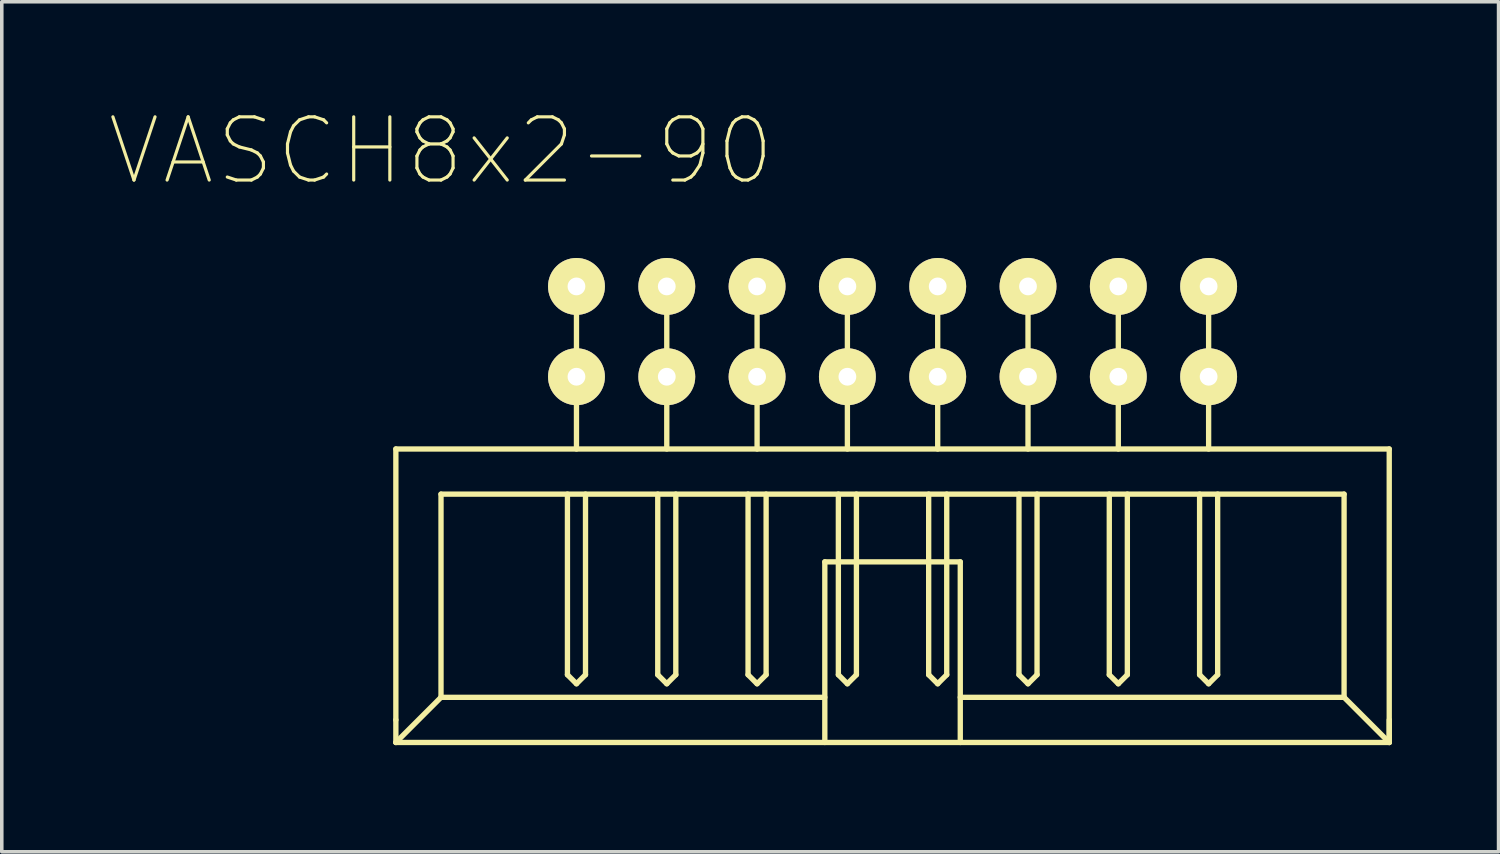
<source format=kicad_pcb>
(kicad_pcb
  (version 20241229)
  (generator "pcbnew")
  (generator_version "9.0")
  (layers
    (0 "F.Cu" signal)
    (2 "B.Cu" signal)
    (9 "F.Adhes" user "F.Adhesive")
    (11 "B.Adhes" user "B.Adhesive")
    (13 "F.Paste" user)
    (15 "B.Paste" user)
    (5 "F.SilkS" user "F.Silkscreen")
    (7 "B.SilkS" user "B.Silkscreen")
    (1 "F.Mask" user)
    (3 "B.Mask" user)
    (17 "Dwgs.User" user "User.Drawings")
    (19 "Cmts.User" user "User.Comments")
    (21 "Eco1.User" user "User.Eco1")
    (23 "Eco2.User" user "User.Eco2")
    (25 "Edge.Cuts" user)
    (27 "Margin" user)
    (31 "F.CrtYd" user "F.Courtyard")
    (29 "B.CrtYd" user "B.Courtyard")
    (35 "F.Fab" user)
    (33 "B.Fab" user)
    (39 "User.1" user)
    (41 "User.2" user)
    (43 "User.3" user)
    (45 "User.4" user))
  (footprint "VASCH8x2-90"
    (layer "F.Cu")
    (at 22.054 6.276)
    (property "Reference" "VASCH8x2-90" (at -12.7 -5.08 0) (layer "F.SilkS") (effects (font (size 1.778 1.778) (thickness 0.089))))
    (attr exclude_from_pos_files exclude_from_bom)
    (fp_line (start -13.97 3.302) (end -13.97 10.922) (stroke (width 0.15) (type solid)) (layer "F.SilkS"))
    (fp_line (start -13.97 3.302) (end 13.97 3.302) (stroke (width 0.15) (type solid)) (layer "F.SilkS"))
    (fp_line (start -13.97 10.922) (end -13.97 11.557) (stroke (width 0.15) (type solid)) (layer "F.SilkS"))
    (fp_line (start -12.7 4.572) (end 12.7 4.572) (stroke (width 0.15) (type solid)) (layer "F.SilkS"))
    (fp_line (start -12.7 10.287) (end -13.97 11.557) (stroke (width 0.15) (type solid)) (layer "F.SilkS"))
    (fp_line (start -12.7 10.287) (end -12.7 4.572) (stroke (width 0.15) (type solid)) (layer "F.SilkS"))
    (fp_line (start -12.7 10.287) (end -1.905 10.287) (stroke (width 0.15) (type solid)) (layer "F.SilkS"))
    (fp_line (start -9.144 4.572) (end -9.144 9.652) (stroke (width 0.15) (type solid)) (layer "F.SilkS"))
    (fp_line (start -9.144 9.652) (end -8.89 9.906) (stroke (width 0.15) (type solid)) (layer "F.SilkS"))
    (fp_line (start -8.89 -1.778) (end -8.89 3.302) (stroke (width 0.15) (type solid)) (layer "F.SilkS"))
    (fp_line (start -8.89 9.906) (end -8.636 9.652) (stroke (width 0.15) (type solid)) (layer "F.SilkS"))
    (fp_line (start -8.636 9.652) (end -8.636 4.572) (stroke (width 0.15) (type solid)) (layer "F.SilkS"))
    (fp_line (start -6.604 4.572) (end -6.604 9.652) (stroke (width 0.15) (type solid)) (layer "F.SilkS"))
    (fp_line (start -6.604 9.652) (end -6.35 9.906) (stroke (width 0.15) (type solid)) (layer "F.SilkS"))
    (fp_line (start -6.35 -1.778) (end -6.35 3.302) (stroke (width 0.15) (type solid)) (layer "F.SilkS"))
    (fp_line (start -6.35 9.906) (end -6.096 9.652) (stroke (width 0.15) (type solid)) (layer "F.SilkS"))
    (fp_line (start -6.096 9.652) (end -6.096 4.572) (stroke (width 0.15) (type solid)) (layer "F.SilkS"))
    (fp_line (start -4.064 4.572) (end -4.064 9.652) (stroke (width 0.15) (type solid)) (layer "F.SilkS"))
    (fp_line (start -4.064 9.652) (end -3.81 9.906) (stroke (width 0.15) (type solid)) (layer "F.SilkS"))
    (fp_line (start -3.81 -1.778) (end -3.81 3.302) (stroke (width 0.15) (type solid)) (layer "F.SilkS"))
    (fp_line (start -3.81 9.906) (end -3.556 9.652) (stroke (width 0.15) (type solid)) (layer "F.SilkS"))
    (fp_line (start -3.556 9.652) (end -3.556 4.572) (stroke (width 0.15) (type solid)) (layer "F.SilkS"))
    (fp_line (start -1.905 6.477) (end -1.905 11.557) (stroke (width 0.15) (type solid)) (layer "F.SilkS"))
    (fp_line (start -1.905 6.477) (end 1.905 6.477) (stroke (width 0.15) (type solid)) (layer "F.SilkS"))
    (fp_line (start -1.524 4.572) (end -1.524 9.652) (stroke (width 0.15) (type solid)) (layer "F.SilkS"))
    (fp_line (start -1.524 9.652) (end -1.27 9.906) (stroke (width 0.15) (type solid)) (layer "F.SilkS"))
    (fp_line (start -1.27 -1.778) (end -1.27 3.302) (stroke (width 0.15) (type solid)) (layer "F.SilkS"))
    (fp_line (start -1.27 9.906) (end -1.016 9.652) (stroke (width 0.15) (type solid)) (layer "F.SilkS"))
    (fp_line (start -1.016 9.652) (end -1.016 4.572) (stroke (width 0.15) (type solid)) (layer "F.SilkS"))
    (fp_line (start 1.016 4.572) (end 1.016 9.652) (stroke (width 0.15) (type solid)) (layer "F.SilkS"))
    (fp_line (start 1.016 9.652) (end 1.27 9.906) (stroke (width 0.15) (type solid)) (layer "F.SilkS"))
    (fp_line (start 1.27 -1.778) (end 1.27 3.302) (stroke (width 0.15) (type solid)) (layer "F.SilkS"))
    (fp_line (start 1.27 9.906) (end 1.524 9.652) (stroke (width 0.15) (type solid)) (layer "F.SilkS"))
    (fp_line (start 1.524 9.652) (end 1.524 4.572) (stroke (width 0.15) (type solid)) (layer "F.SilkS"))
    (fp_line (start 1.905 6.477) (end 1.905 11.557) (stroke (width 0.15) (type solid)) (layer "F.SilkS"))
    (fp_line (start 1.905 10.287) (end 12.7 10.287) (stroke (width 0.15) (type solid)) (layer "F.SilkS"))
    (fp_line (start 3.556 4.572) (end 3.556 9.652) (stroke (width 0.15) (type solid)) (layer "F.SilkS"))
    (fp_line (start 3.556 9.652) (end 3.81 9.906) (stroke (width 0.15) (type solid)) (layer "F.SilkS"))
    (fp_line (start 3.81 -1.778) (end 3.81 3.302) (stroke (width 0.15) (type solid)) (layer "F.SilkS"))
    (fp_line (start 3.81 9.906) (end 4.064 9.652) (stroke (width 0.15) (type solid)) (layer "F.SilkS"))
    (fp_line (start 4.064 9.652) (end 4.064 4.572) (stroke (width 0.15) (type solid)) (layer "F.SilkS"))
    (fp_line (start 6.096 4.572) (end 6.096 9.652) (stroke (width 0.15) (type solid)) (layer "F.SilkS"))
    (fp_line (start 6.096 9.652) (end 6.35 9.906) (stroke (width 0.15) (type solid)) (layer "F.SilkS"))
    (fp_line (start 6.35 -1.778) (end 6.35 3.302) (stroke (width 0.15) (type solid)) (layer "F.SilkS"))
    (fp_line (start 6.35 9.906) (end 6.604 9.652) (stroke (width 0.15) (type solid)) (layer "F.SilkS"))
    (fp_line (start 6.604 9.652) (end 6.604 4.572) (stroke (width 0.15) (type solid)) (layer "F.SilkS"))
    (fp_line (start 8.636 4.572) (end 8.636 9.652) (stroke (width 0.15) (type solid)) (layer "F.SilkS"))
    (fp_line (start 8.636 9.652) (end 8.89 9.906) (stroke (width 0.15) (type solid)) (layer "F.SilkS"))
    (fp_line (start 8.89 -1.778) (end 8.89 3.302) (stroke (width 0.15) (type solid)) (layer "F.SilkS"))
    (fp_line (start 8.89 9.906) (end 9.144 9.652) (stroke (width 0.15) (type solid)) (layer "F.SilkS"))
    (fp_line (start 9.144 9.652) (end 9.144 4.572) (stroke (width 0.15) (type solid)) (layer "F.SilkS"))
    (fp_line (start 12.7 4.572) (end 12.7 10.287) (stroke (width 0.15) (type solid)) (layer "F.SilkS"))
    (fp_line (start 12.7 10.287) (end 13.97 11.557) (stroke (width 0.15) (type solid)) (layer "F.SilkS"))
    (fp_line (start 13.97 3.302) (end 13.97 11.557) (stroke (width 0.15) (type solid)) (layer "F.SilkS"))
    (fp_line (start 13.97 11.557) (end -13.97 11.557) (stroke (width 0.15) (type solid)) (layer "F.SilkS"))
    (fp_line (start 13.97 11.557) (end 13.97 10.922) (stroke (width 0.15) (type solid)) (layer "F.SilkS"))
    (pad "1" thru_hole circle (at -8.89 1.27) (size 1.6 1.6) (drill 0.5) (layers "*.Cu" "F.Mask" "F.SilkS" "F.Paste"))
    (pad "2" thru_hole circle (at -8.89 -1.27) (size 1.6 1.6) (drill 0.5) (layers "*.Cu" "F.Mask" "F.SilkS" "F.Paste"))
    (pad "3" thru_hole circle (at -6.35 1.27) (size 1.6 1.6) (drill 0.5) (layers "*.Cu" "F.Mask" "F.SilkS" "F.Paste"))
    (pad "4" thru_hole circle (at -6.35 -1.27) (size 1.6 1.6) (drill 0.5) (layers "*.Cu" "F.Mask" "F.SilkS" "F.Paste"))
    (pad "5" thru_hole circle (at -3.81 1.27) (size 1.6 1.6) (drill 0.5) (layers "*.Cu" "F.Mask" "F.SilkS" "F.Paste"))
    (pad "6" thru_hole circle (at -3.81 -1.27) (size 1.6 1.6) (drill 0.5) (layers "*.Cu" "F.Mask" "F.SilkS" "F.Paste"))
    (pad "7" thru_hole circle (at -1.27 1.27) (size 1.6 1.6) (drill 0.5) (layers "*.Cu" "F.Mask" "F.SilkS" "F.Paste"))
    (pad "8" thru_hole circle (at -1.27 -1.27) (size 1.6 1.6) (drill 0.5) (layers "*.Cu" "F.Mask" "F.SilkS" "F.Paste"))
    (pad "9" thru_hole circle (at 1.27 1.27) (size 1.6 1.6) (drill 0.5) (layers "*.Cu" "F.Mask" "F.SilkS" "F.Paste"))
    (pad "10" thru_hole circle (at 1.27 -1.27) (size 1.6 1.6) (drill 0.5) (layers "*.Cu" "F.Mask" "F.SilkS" "F.Paste"))
    (pad "11" thru_hole circle (at 3.81 1.27) (size 1.6 1.6) (drill 0.5) (layers "*.Cu" "F.Mask" "F.SilkS" "F.Paste"))
    (pad "12" thru_hole circle (at 3.81 -1.27) (size 1.6 1.6) (drill 0.5) (layers "*.Cu" "F.Mask" "F.SilkS" "F.Paste"))
    (pad "13" thru_hole circle (at 6.35 1.27) (size 1.6 1.6) (drill 0.5) (layers "*.Cu" "F.Mask" "F.SilkS" "F.Paste"))
    (pad "14" thru_hole circle (at 6.35 -1.27) (size 1.6 1.6) (drill 0.5) (layers "*.Cu" "F.Mask" "F.SilkS" "F.Paste"))
    (pad "15" thru_hole circle (at 8.89 1.27) (size 1.6 1.6) (drill 0.5) (layers "*.Cu" "F.Mask" "F.SilkS" "F.Paste"))
    (pad "16" thru_hole circle (at 8.89 -1.27) (size 1.6 1.6) (drill 0.5) (layers "*.Cu" "F.Mask" "F.SilkS" "F.Paste")))
  (gr_rect
    (start -3 -3)
    (end 39.099 20.908)
    (stroke (width 0.1) (type default))
    (fill no)
    (layer "Edge.Cuts")))
</source>
